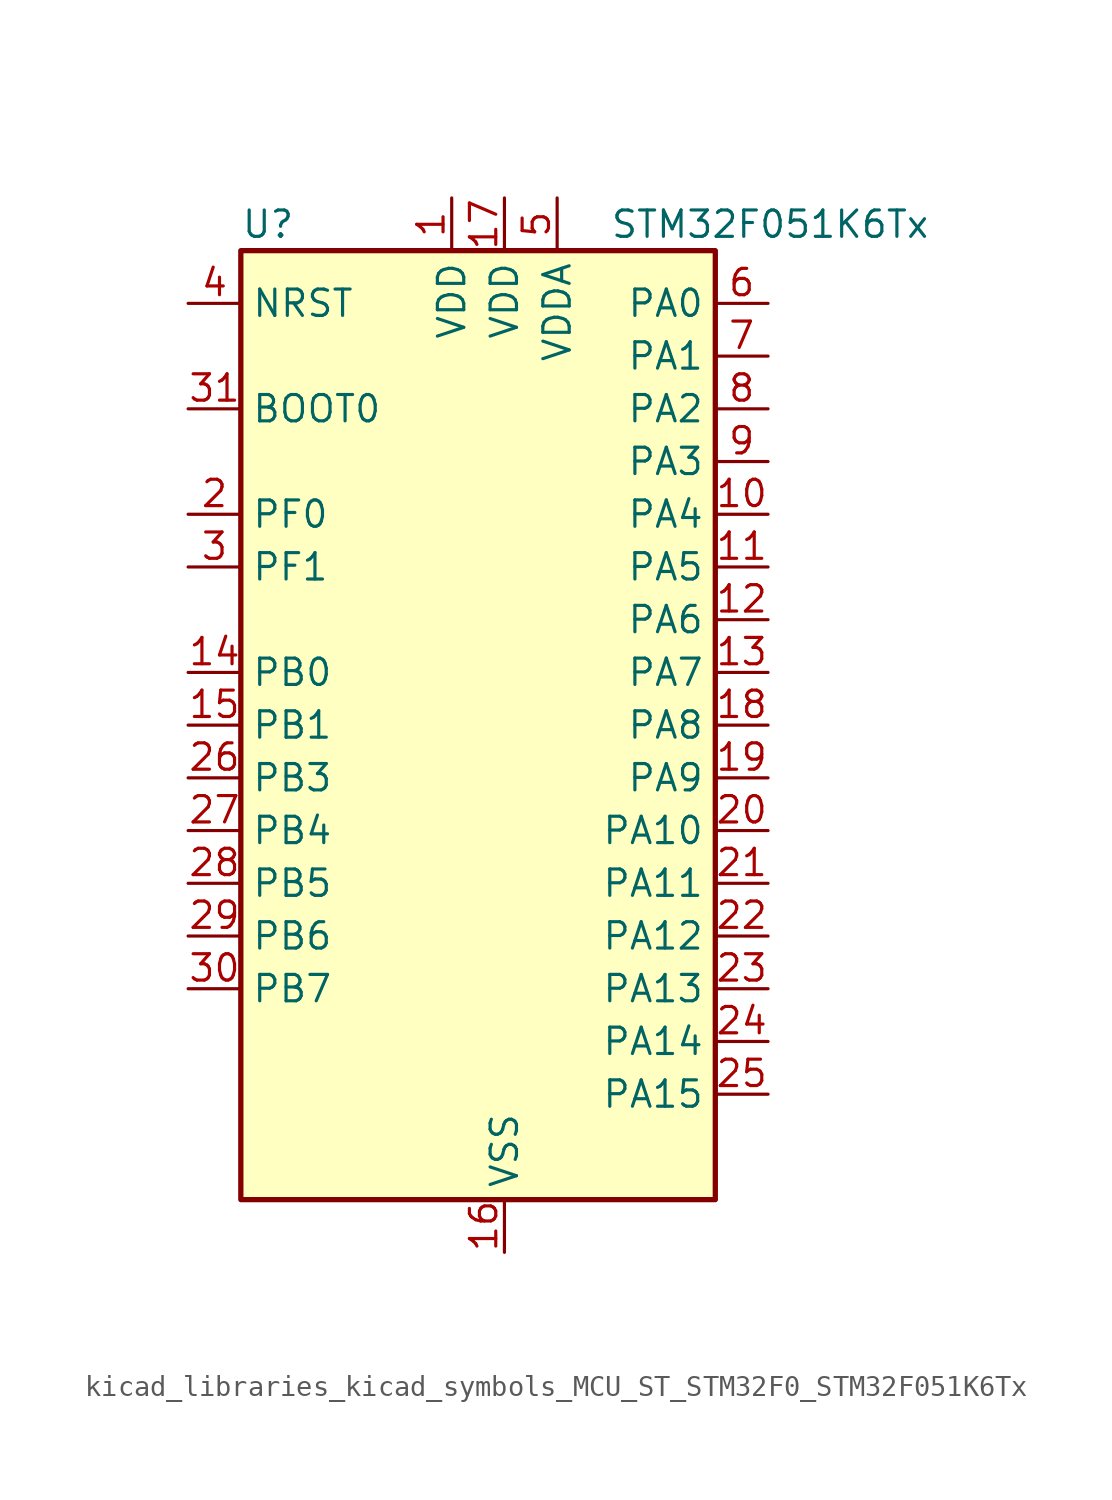
<source format=kicad_sym>
(kicad_symbol_lib
  (version 20220914)
  (generator kicad_symbol_editor)
  (symbol "kicad_libraries_kicad_symbols_MCU_ST_STM32F0_STM32F051K6Tx"
    (property "Reference" "U"
      (at -10.16 24.13 0)
      (effects (font (size 1.27 1.27)) (justify left)))
    (property "Value" "STM32F051K6Tx"
      (at 7.62 24.13 0)
      (effects (font (size 1.27 1.27)) (justify left)))
    (property "ki_locked" ""
      (at 0 0 0)
      (effects (font (size 1.27 1.27))))
    (symbol "kicad_libraries_kicad_symbols_MCU_ST_STM32F0_STM32F051K6Tx_0_1"
      (rectangle (start -10.16 -22.86) (end 12.7 22.86) (stroke (width 0.254) (type default)) (fill (type background))))
    (symbol "kicad_libraries_kicad_symbols_MCU_ST_STM32F0_STM32F051K6Tx_1_1"
      (pin power_in line (at 0 25.4 270) (length 2.54) (name "VDD" (effects (font (size 1.27 1.27)))) (number "1" (effects (font (size 1.27 1.27)))))
      (pin bidirectional line (at 15.24 10.16 180) (length 2.54) (name "PA4" (effects (font (size 1.27 1.27)))) (number "10" (effects (font (size 1.27 1.27)))) (alternate "ADC_IN4" bidirectional line) (alternate "COMP1_INM" bidirectional line) (alternate "COMP2_INM" bidirectional line) (alternate "DAC1_OUT1" bidirectional line) (alternate "I2S1_WS" bidirectional line) (alternate "SPI1_NSS" bidirectional line) (alternate "TIM14_CH1" bidirectional line) (alternate "TSC_G2_IO1" bidirectional line) (alternate "USART2_CK" bidirectional line))
      (pin bidirectional line (at 15.24 7.62 180) (length 2.54) (name "PA5" (effects (font (size 1.27 1.27)))) (number "11" (effects (font (size 1.27 1.27)))) (alternate "ADC_IN5" bidirectional line) (alternate "CEC" bidirectional line) (alternate "COMP1_INM" bidirectional line) (alternate "COMP2_INM" bidirectional line) (alternate "I2S1_CK" bidirectional line) (alternate "SPI1_SCK" bidirectional line) (alternate "TIM2_CH1" bidirectional line) (alternate "TIM2_ETR" bidirectional line) (alternate "TSC_G2_IO2" bidirectional line))
      (pin bidirectional line (at 15.24 5.08 180) (length 2.54) (name "PA6" (effects (font (size 1.27 1.27)))) (number "12" (effects (font (size 1.27 1.27)))) (alternate "ADC_IN6" bidirectional line) (alternate "COMP1_OUT" bidirectional line) (alternate "I2S1_MCK" bidirectional line) (alternate "SPI1_MISO" bidirectional line) (alternate "TIM16_CH1" bidirectional line) (alternate "TIM1_BKIN" bidirectional line) (alternate "TIM3_CH1" bidirectional line) (alternate "TSC_G2_IO3" bidirectional line))
      (pin bidirectional line (at 15.24 2.54 180) (length 2.54) (name "PA7" (effects (font (size 1.27 1.27)))) (number "13" (effects (font (size 1.27 1.27)))) (alternate "ADC_IN7" bidirectional line) (alternate "COMP2_OUT" bidirectional line) (alternate "I2S1_SD" bidirectional line) (alternate "SPI1_MOSI" bidirectional line) (alternate "TIM14_CH1" bidirectional line) (alternate "TIM17_CH1" bidirectional line) (alternate "TIM1_CH1N" bidirectional line) (alternate "TIM3_CH2" bidirectional line) (alternate "TSC_G2_IO4" bidirectional line))
      (pin bidirectional line (at -12.7 2.54 0) (length 2.54) (name "PB0" (effects (font (size 1.27 1.27)))) (number "14" (effects (font (size 1.27 1.27)))) (alternate "ADC_IN8" bidirectional line) (alternate "TIM1_CH2N" bidirectional line) (alternate "TIM3_CH3" bidirectional line) (alternate "TSC_G3_IO2" bidirectional line))
      (pin bidirectional line (at -12.7 0 0) (length 2.54) (name "PB1" (effects (font (size 1.27 1.27)))) (number "15" (effects (font (size 1.27 1.27)))) (alternate "ADC_IN9" bidirectional line) (alternate "TIM14_CH1" bidirectional line) (alternate "TIM1_CH3N" bidirectional line) (alternate "TIM3_CH4" bidirectional line) (alternate "TSC_G3_IO3" bidirectional line))
      (pin power_in line (at 2.54 -25.4 90) (length 2.54) (name "VSS" (effects (font (size 1.27 1.27)))) (number "16" (effects (font (size 1.27 1.27)))))
      (pin power_in line (at 2.54 25.4 270) (length 2.54) (name "VDD" (effects (font (size 1.27 1.27)))) (number "17" (effects (font (size 1.27 1.27)))))
      (pin bidirectional line (at 15.24 0 180) (length 2.54) (name "PA8" (effects (font (size 1.27 1.27)))) (number "18" (effects (font (size 1.27 1.27)))) (alternate "RCC_MCO" bidirectional line) (alternate "TIM1_CH1" bidirectional line) (alternate "USART1_CK" bidirectional line))
      (pin bidirectional line (at 15.24 -2.54 180) (length 2.54) (name "PA9" (effects (font (size 1.27 1.27)))) (number "19" (effects (font (size 1.27 1.27)))) (alternate "DAC1_EXTI9" bidirectional line) (alternate "TIM15_BKIN" bidirectional line) (alternate "TIM1_CH2" bidirectional line) (alternate "TSC_G4_IO1" bidirectional line) (alternate "USART1_TX" bidirectional line))
      (pin bidirectional line (at -12.7 10.16 0) (length 2.54) (name "PF0" (effects (font (size 1.27 1.27)))) (number "2" (effects (font (size 1.27 1.27)))) (alternate "RCC_OSC_IN" bidirectional line))
      (pin bidirectional line (at 15.24 -5.08 180) (length 2.54) (name "PA10" (effects (font (size 1.27 1.27)))) (number "20" (effects (font (size 1.27 1.27)))) (alternate "TIM17_BKIN" bidirectional line) (alternate "TIM1_CH3" bidirectional line) (alternate "TSC_G4_IO2" bidirectional line) (alternate "USART1_RX" bidirectional line))
      (pin bidirectional line (at 15.24 -7.62 180) (length 2.54) (name "PA11" (effects (font (size 1.27 1.27)))) (number "21" (effects (font (size 1.27 1.27)))) (alternate "COMP1_OUT" bidirectional line) (alternate "TIM1_CH4" bidirectional line) (alternate "TSC_G4_IO3" bidirectional line) (alternate "USART1_CTS" bidirectional line))
      (pin bidirectional line (at 15.24 -10.16 180) (length 2.54) (name "PA12" (effects (font (size 1.27 1.27)))) (number "22" (effects (font (size 1.27 1.27)))) (alternate "COMP2_OUT" bidirectional line) (alternate "TIM1_ETR" bidirectional line) (alternate "TSC_G4_IO4" bidirectional line) (alternate "USART1_DE" bidirectional line) (alternate "USART1_RTS" bidirectional line))
      (pin bidirectional line (at 15.24 -12.7 180) (length 2.54) (name "PA13" (effects (font (size 1.27 1.27)))) (number "23" (effects (font (size 1.27 1.27)))) (alternate "IR_OUT" bidirectional line) (alternate "SYS_SWDIO" bidirectional line))
      (pin bidirectional line (at 15.24 -15.24 180) (length 2.54) (name "PA14" (effects (font (size 1.27 1.27)))) (number "24" (effects (font (size 1.27 1.27)))) (alternate "SYS_SWCLK" bidirectional line) (alternate "USART2_TX" bidirectional line))
      (pin bidirectional line (at 15.24 -17.78 180) (length 2.54) (name "PA15" (effects (font (size 1.27 1.27)))) (number "25" (effects (font (size 1.27 1.27)))) (alternate "I2S1_WS" bidirectional line) (alternate "SPI1_NSS" bidirectional line) (alternate "TIM2_CH1" bidirectional line) (alternate "TIM2_ETR" bidirectional line) (alternate "USART2_RX" bidirectional line))
      (pin bidirectional line (at -12.7 -2.54 0) (length 2.54) (name "PB3" (effects (font (size 1.27 1.27)))) (number "26" (effects (font (size 1.27 1.27)))) (alternate "I2S1_CK" bidirectional line) (alternate "SPI1_SCK" bidirectional line) (alternate "TIM2_CH2" bidirectional line) (alternate "TSC_G5_IO1" bidirectional line))
      (pin bidirectional line (at -12.7 -5.08 0) (length 2.54) (name "PB4" (effects (font (size 1.27 1.27)))) (number "27" (effects (font (size 1.27 1.27)))) (alternate "I2S1_MCK" bidirectional line) (alternate "SPI1_MISO" bidirectional line) (alternate "TIM3_CH1" bidirectional line) (alternate "TSC_G5_IO2" bidirectional line))
      (pin bidirectional line (at -12.7 -7.62 0) (length 2.54) (name "PB5" (effects (font (size 1.27 1.27)))) (number "28" (effects (font (size 1.27 1.27)))) (alternate "I2C1_SMBA" bidirectional line) (alternate "I2S1_SD" bidirectional line) (alternate "SPI1_MOSI" bidirectional line) (alternate "TIM16_BKIN" bidirectional line) (alternate "TIM3_CH2" bidirectional line))
      (pin bidirectional line (at -12.7 -10.16 0) (length 2.54) (name "PB6" (effects (font (size 1.27 1.27)))) (number "29" (effects (font (size 1.27 1.27)))) (alternate "I2C1_SCL" bidirectional line) (alternate "TIM16_CH1N" bidirectional line) (alternate "TSC_G5_IO3" bidirectional line) (alternate "USART1_TX" bidirectional line))
      (pin bidirectional line (at -12.7 7.62 0) (length 2.54) (name "PF1" (effects (font (size 1.27 1.27)))) (number "3" (effects (font (size 1.27 1.27)))) (alternate "RCC_OSC_OUT" bidirectional line))
      (pin bidirectional line (at -12.7 -12.7 0) (length 2.54) (name "PB7" (effects (font (size 1.27 1.27)))) (number "30" (effects (font (size 1.27 1.27)))) (alternate "I2C1_SDA" bidirectional line) (alternate "TIM17_CH1N" bidirectional line) (alternate "TSC_G5_IO4" bidirectional line) (alternate "USART1_RX" bidirectional line))
      (pin input line (at -12.7 15.24 0) (length 2.54) (name "BOOT0" (effects (font (size 1.27 1.27)))) (number "31" (effects (font (size 1.27 1.27)))))
      (pin passive line (at 2.54 -25.4 90) (length 2.54) hide (name "VSS" (effects (font (size 1.27 1.27)))) (number "32" (effects (font (size 1.27 1.27)))))
      (pin input line (at -12.7 20.32 0) (length 2.54) (name "NRST" (effects (font (size 1.27 1.27)))) (number "4" (effects (font (size 1.27 1.27)))))
      (pin power_in line (at 5.08 25.4 270) (length 2.54) (name "VDDA" (effects (font (size 1.27 1.27)))) (number "5" (effects (font (size 1.27 1.27)))))
      (pin bidirectional line (at 15.24 20.32 180) (length 2.54) (name "PA0" (effects (font (size 1.27 1.27)))) (number "6" (effects (font (size 1.27 1.27)))) (alternate "ADC_IN0" bidirectional line) (alternate "COMP1_INM" bidirectional line) (alternate "COMP1_OUT" bidirectional line) (alternate "RTC_TAMP2" bidirectional line) (alternate "SYS_WKUP1" bidirectional line) (alternate "TIM2_CH1" bidirectional line) (alternate "TIM2_ETR" bidirectional line) (alternate "TSC_G1_IO1" bidirectional line) (alternate "USART2_CTS" bidirectional line))
      (pin bidirectional line (at 15.24 17.78 180) (length 2.54) (name "PA1" (effects (font (size 1.27 1.27)))) (number "7" (effects (font (size 1.27 1.27)))) (alternate "ADC_IN1" bidirectional line) (alternate "COMP1_INP" bidirectional line) (alternate "TIM2_CH2" bidirectional line) (alternate "TSC_G1_IO2" bidirectional line) (alternate "USART2_DE" bidirectional line) (alternate "USART2_RTS" bidirectional line))
      (pin bidirectional line (at 15.24 15.24 180) (length 2.54) (name "PA2" (effects (font (size 1.27 1.27)))) (number "8" (effects (font (size 1.27 1.27)))) (alternate "ADC_IN2" bidirectional line) (alternate "COMP2_INM" bidirectional line) (alternate "COMP2_OUT" bidirectional line) (alternate "TIM15_CH1" bidirectional line) (alternate "TIM2_CH3" bidirectional line) (alternate "TSC_G1_IO3" bidirectional line) (alternate "USART2_TX" bidirectional line))
      (pin bidirectional line (at 15.24 12.7 180) (length 2.54) (name "PA3" (effects (font (size 1.27 1.27)))) (number "9" (effects (font (size 1.27 1.27)))) (alternate "ADC_IN3" bidirectional line) (alternate "COMP2_INP" bidirectional line) (alternate "TIM15_CH2" bidirectional line) (alternate "TIM2_CH4" bidirectional line) (alternate "TSC_G1_IO4" bidirectional line) (alternate "USART2_RX" bidirectional line)))))
</source>
